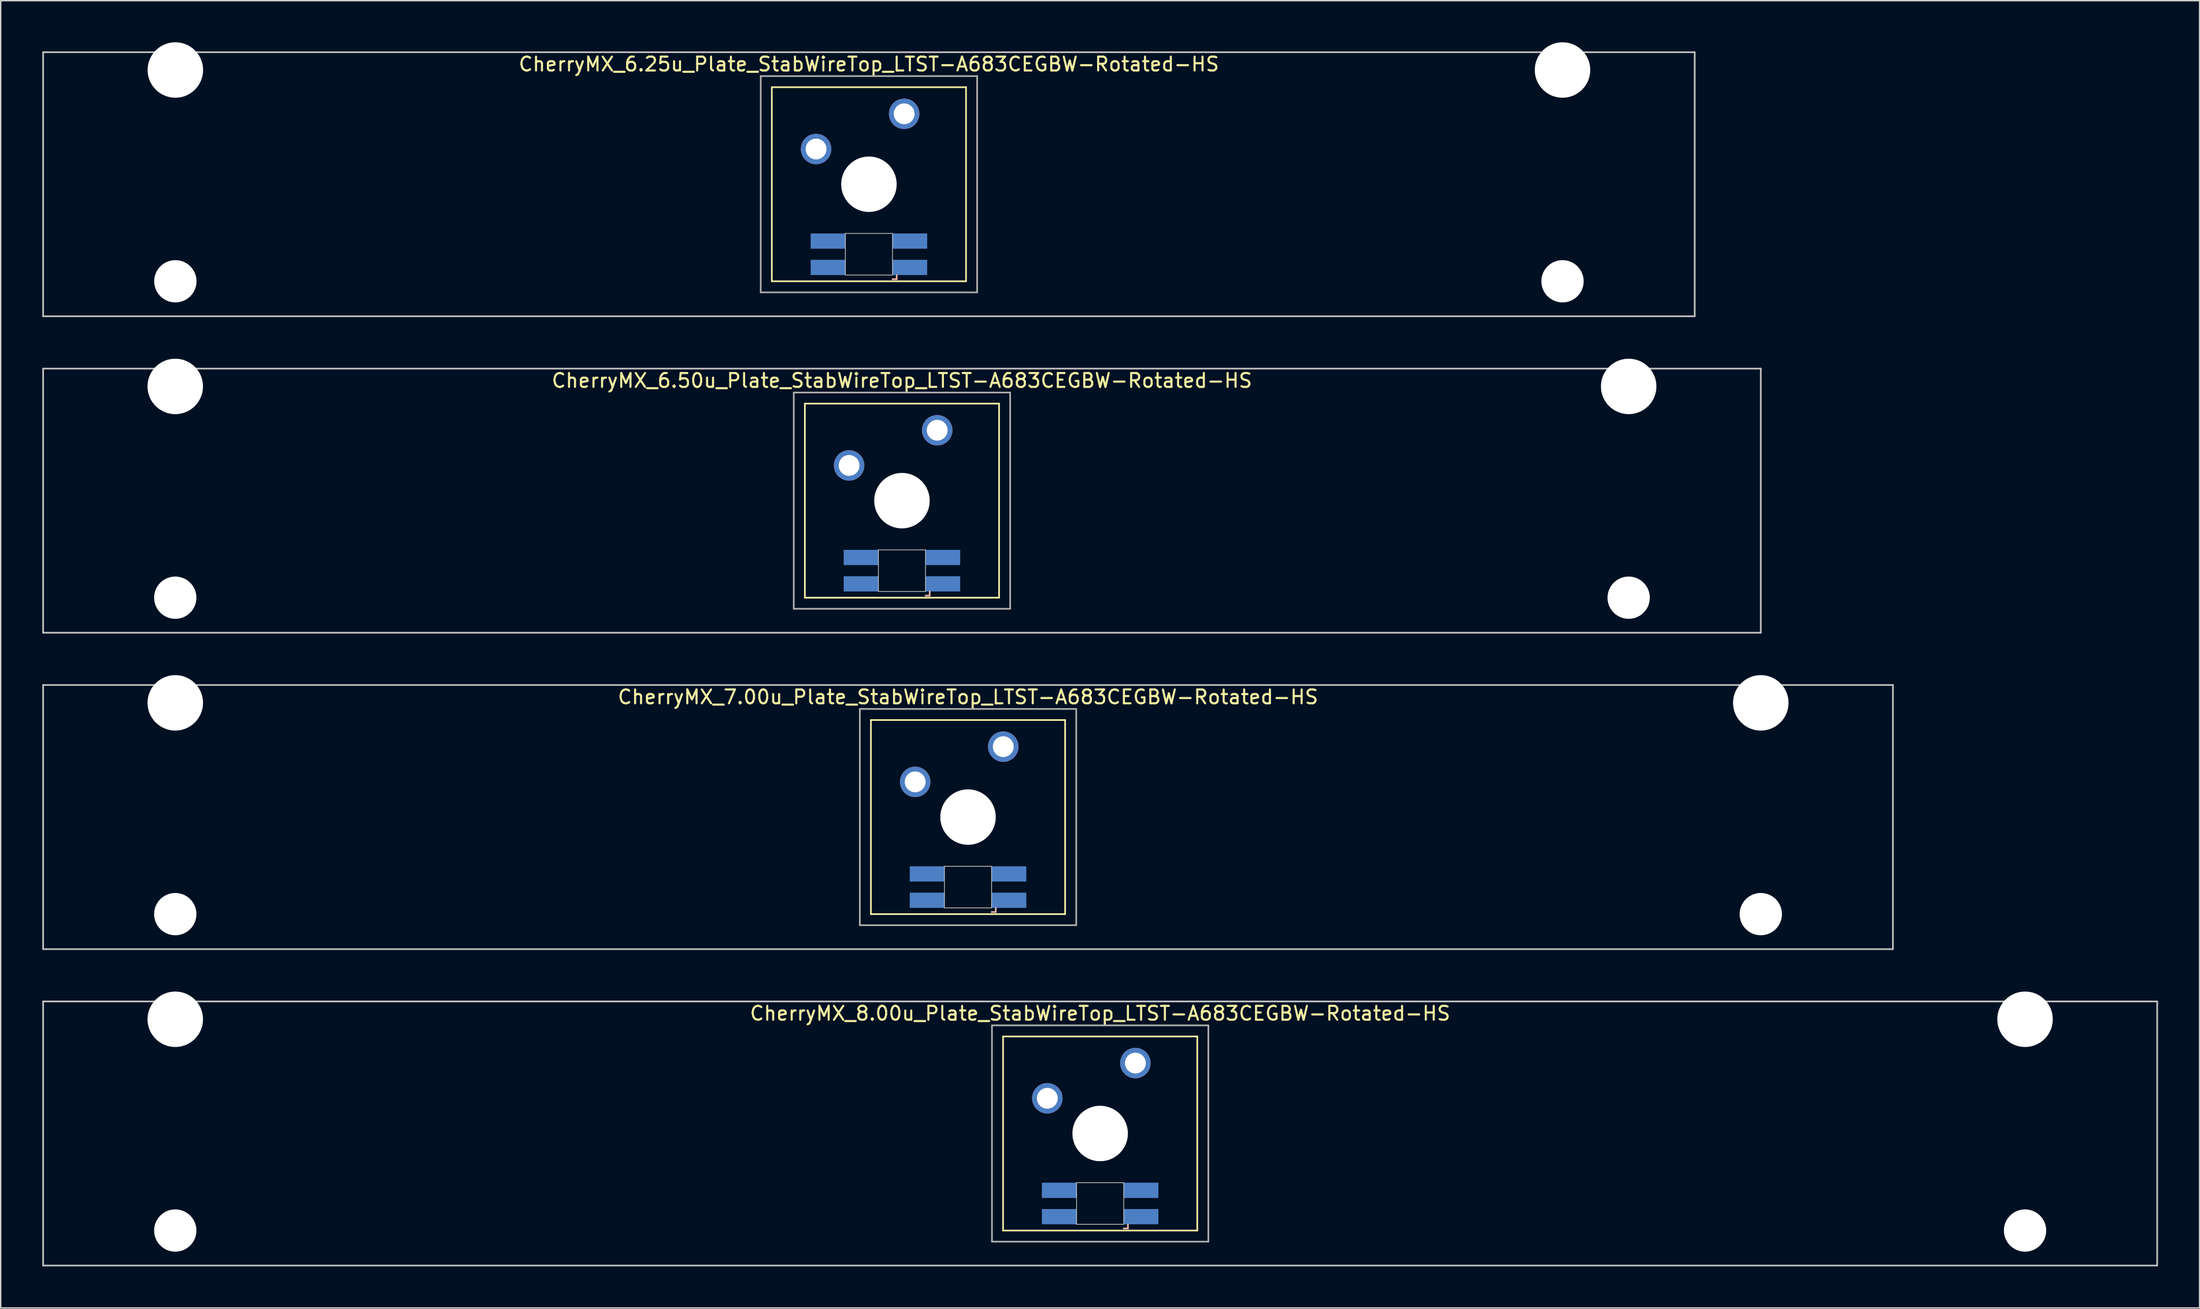
<source format=kicad_pcb>
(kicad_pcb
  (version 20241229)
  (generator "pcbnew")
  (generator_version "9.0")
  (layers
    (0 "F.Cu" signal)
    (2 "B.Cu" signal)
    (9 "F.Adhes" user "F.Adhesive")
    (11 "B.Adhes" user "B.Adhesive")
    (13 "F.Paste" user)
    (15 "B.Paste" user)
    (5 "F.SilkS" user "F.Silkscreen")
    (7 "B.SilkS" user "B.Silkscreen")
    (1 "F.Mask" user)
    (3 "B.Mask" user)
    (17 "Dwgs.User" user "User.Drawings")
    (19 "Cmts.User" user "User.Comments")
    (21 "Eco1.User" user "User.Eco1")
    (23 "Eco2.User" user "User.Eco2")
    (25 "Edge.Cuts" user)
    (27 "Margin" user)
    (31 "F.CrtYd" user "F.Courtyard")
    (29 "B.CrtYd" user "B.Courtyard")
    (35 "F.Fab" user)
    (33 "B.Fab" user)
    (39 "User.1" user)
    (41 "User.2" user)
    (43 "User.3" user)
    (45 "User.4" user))
  (footprint "CherryMX_6.25u_Plate_StabWireTop_LTST-A683CEGBW-Rotated-HS"
    (layer "F.Cu")
    (at 59.591 10.24)
    (property "Reference" "CherryMX_6.25u_Plate_StabWireTop_LTST-A683CEGBW-Rotated-HS" (at 0 -8.662 0) (layer "F.SilkS") (effects (font (size 1 1) (thickness 0.15))))
    (attr through_hole)
    (fp_line (start -7 -7) (end -7 7) (stroke (width 0.12) (type solid)) (layer "F.SilkS"))
    (fp_line (start -7 -7) (end 7 -7) (stroke (width 0.12) (type solid)) (layer "F.SilkS"))
    (fp_line (start 7 -7) (end 7 7) (stroke (width 0.12) (type solid)) (layer "F.SilkS"))
    (fp_line (start 7 7) (end -7 7) (stroke (width 0.12) (type solid)) (layer "F.SilkS"))
    (fp_line (start 1.7 6.85) (end 2 6.85) (stroke (width 0.12) (type solid)) (layer "B.SilkS"))
    (fp_line (start 2 6.85) (end 2 6.55) (stroke (width 0.12) (type solid)) (layer "B.SilkS"))
    (fp_line (start -59.531 -9.525) (end 59.531 -9.525) (stroke (width 0.12) (type solid)) (layer "Dwgs.User"))
    (fp_line (start -59.531 9.525) (end -59.531 -9.525) (stroke (width 0.12) (type solid)) (layer "Dwgs.User"))
    (fp_line (start 59.531 -9.525) (end 59.531 9.525) (stroke (width 0.12) (type solid)) (layer "Dwgs.User"))
    (fp_line (start 59.531 9.525) (end -59.531 9.525) (stroke (width 0.12) (type solid)) (layer "Dwgs.User"))
    (fp_line (start -1.7 3.55) (end 1.7 3.55) (stroke (width 0.05) (type solid)) (layer "Edge.Cuts"))
    (fp_line (start -1.7 6.55) (end -1.7 3.55) (stroke (width 0.05) (type solid)) (layer "Edge.Cuts"))
    (fp_line (start 1.7 3.55) (end 1.7 6.55) (stroke (width 0.05) (type solid)) (layer "Edge.Cuts"))
    (fp_line (start 1.7 6.55) (end -1.7 6.55) (stroke (width 0.05) (type solid)) (layer "Edge.Cuts"))
    (fp_line (start -7.8 -7.8) (end -7.8 7.8) (stroke (width 0.12) (type solid)) (layer "F.Fab"))
    (fp_line (start -7.8 -7.8) (end 7.8 -7.8) (stroke (width 0.12) (type solid)) (layer "F.Fab"))
    (fp_line (start -7.8 7.8) (end 7.8 7.8) (stroke (width 0.12) (type solid)) (layer "F.Fab"))
    (fp_line (start 7.8 -7.8) (end 7.8 7.8) (stroke (width 0.12) (type solid)) (layer "F.Fab"))
    (pad "" np_thru_hole circle (at -50 -8.24) (size 4 4) (drill 4) (layers "*.Cu" "*.Mask"))
    (pad "" np_thru_hole circle (at -50 7) (size 3.05 3.05) (drill 3.05) (layers "*.Cu" "*.Mask"))
    (pad "" np_thru_hole circle (at 0 0) (size 4 4) (drill 4) (layers "*.Cu" "*.Mask"))
    (pad "" np_thru_hole circle (at 50 -8.24) (size 4 4) (drill 4) (layers "*.Cu" "*.Mask"))
    (pad "" np_thru_hole circle (at 50 7) (size 3.05 3.05) (drill 3.05) (layers "*.Cu" "*.Mask"))
    (pad "1" thru_hole circle (at -3.81 -2.54) (size 2.2 2.2) (drill 1.5) (layers "*.Cu" "*.Mask"))
    (pad "2" thru_hole circle (at 2.54 -5.08) (size 2.2 2.2) (drill 1.5) (layers "*.Cu" "*.Mask"))
    (pad "3" smd rect (at 2.95 6) (size 2.5 1.1) (layers "B.Cu" "B.Mask" "B.Paste"))
    (pad "4" smd rect (at 2.95 4.1) (size 2.5 1.1) (layers "B.Cu" "B.Mask" "B.Paste"))
    (pad "5" smd rect (at -2.95 6) (size 2.5 1.1) (layers "B.Cu" "B.Mask" "B.Paste"))
    (pad "6" smd rect (at -2.95 4.1) (size 2.5 1.1) (layers "B.Cu" "B.Mask" "B.Paste")))
  (footprint "CherryMX_8.00u_Plate_StabWireTop_LTST-A683CEGBW-Rotated-HS"
    (layer "F.Cu")
    (at 76.26 78.715)
    (property "Reference" "CherryMX_8.00u_Plate_StabWireTop_LTST-A683CEGBW-Rotated-HS" (at 0 -8.662 0) (layer "F.SilkS") (effects (font (size 1 1) (thickness 0.15))))
    (attr through_hole)
    (fp_line (start -7 -7) (end -7 7) (stroke (width 0.12) (type solid)) (layer "F.SilkS"))
    (fp_line (start -7 -7) (end 7 -7) (stroke (width 0.12) (type solid)) (layer "F.SilkS"))
    (fp_line (start 7 -7) (end 7 7) (stroke (width 0.12) (type solid)) (layer "F.SilkS"))
    (fp_line (start 7 7) (end -7 7) (stroke (width 0.12) (type solid)) (layer "F.SilkS"))
    (fp_line (start 1.7 6.85) (end 2 6.85) (stroke (width 0.12) (type solid)) (layer "B.SilkS"))
    (fp_line (start 2 6.85) (end 2 6.55) (stroke (width 0.12) (type solid)) (layer "B.SilkS"))
    (fp_line (start -76.2 -9.525) (end 76.2 -9.525) (stroke (width 0.12) (type solid)) (layer "Dwgs.User"))
    (fp_line (start -76.2 9.525) (end -76.2 -9.525) (stroke (width 0.12) (type solid)) (layer "Dwgs.User"))
    (fp_line (start 76.2 -9.525) (end 76.2 9.525) (stroke (width 0.12) (type solid)) (layer "Dwgs.User"))
    (fp_line (start 76.2 9.525) (end -76.2 9.525) (stroke (width 0.12) (type solid)) (layer "Dwgs.User"))
    (fp_line (start -1.7 3.55) (end 1.7 3.55) (stroke (width 0.05) (type solid)) (layer "Edge.Cuts"))
    (fp_line (start -1.7 6.55) (end -1.7 3.55) (stroke (width 0.05) (type solid)) (layer "Edge.Cuts"))
    (fp_line (start 1.7 3.55) (end 1.7 6.55) (stroke (width 0.05) (type solid)) (layer "Edge.Cuts"))
    (fp_line (start 1.7 6.55) (end -1.7 6.55) (stroke (width 0.05) (type solid)) (layer "Edge.Cuts"))
    (fp_line (start -7.8 -7.8) (end -7.8 7.8) (stroke (width 0.12) (type solid)) (layer "F.Fab"))
    (fp_line (start -7.8 -7.8) (end 7.8 -7.8) (stroke (width 0.12) (type solid)) (layer "F.Fab"))
    (fp_line (start -7.8 7.8) (end 7.8 7.8) (stroke (width 0.12) (type solid)) (layer "F.Fab"))
    (fp_line (start 7.8 -7.8) (end 7.8 7.8) (stroke (width 0.12) (type solid)) (layer "F.Fab"))
    (pad "" np_thru_hole circle (at -66.675 -8.24) (size 4 4) (drill 4) (layers "*.Cu" "*.Mask"))
    (pad "" np_thru_hole circle (at -66.675 7) (size 3.05 3.05) (drill 3.05) (layers "*.Cu" "*.Mask"))
    (pad "" np_thru_hole circle (at 0 0) (size 4 4) (drill 4) (layers "*.Cu" "*.Mask"))
    (pad "" np_thru_hole circle (at 66.675 -8.24) (size 4 4) (drill 4) (layers "*.Cu" "*.Mask"))
    (pad "" np_thru_hole circle (at 66.675 7) (size 3.05 3.05) (drill 3.05) (layers "*.Cu" "*.Mask"))
    (pad "1" thru_hole circle (at -3.81 -2.54) (size 2.2 2.2) (drill 1.5) (layers "*.Cu" "*.Mask"))
    (pad "2" thru_hole circle (at 2.54 -5.08) (size 2.2 2.2) (drill 1.5) (layers "*.Cu" "*.Mask"))
    (pad "3" smd rect (at 2.95 6) (size 2.5 1.1) (layers "B.Cu" "B.Mask" "B.Paste"))
    (pad "4" smd rect (at 2.95 4.1) (size 2.5 1.1) (layers "B.Cu" "B.Mask" "B.Paste"))
    (pad "5" smd rect (at -2.95 6) (size 2.5 1.1) (layers "B.Cu" "B.Mask" "B.Paste"))
    (pad "6" smd rect (at -2.95 4.1) (size 2.5 1.1) (layers "B.Cu" "B.Mask" "B.Paste")))
  (footprint "CherryMX_6.50u_Plate_StabWireTop_LTST-A683CEGBW-Rotated-HS"
    (layer "F.Cu")
    (at 61.972 33.065)
    (property "Reference" "CherryMX_6.50u_Plate_StabWireTop_LTST-A683CEGBW-Rotated-HS" (at 0 -8.662 0) (layer "F.SilkS") (effects (font (size 1 1) (thickness 0.15))))
    (attr through_hole)
    (fp_line (start -7 -7) (end -7 7) (stroke (width 0.12) (type solid)) (layer "F.SilkS"))
    (fp_line (start -7 -7) (end 7 -7) (stroke (width 0.12) (type solid)) (layer "F.SilkS"))
    (fp_line (start 7 -7) (end 7 7) (stroke (width 0.12) (type solid)) (layer "F.SilkS"))
    (fp_line (start 7 7) (end -7 7) (stroke (width 0.12) (type solid)) (layer "F.SilkS"))
    (fp_line (start 1.7 6.85) (end 2 6.85) (stroke (width 0.12) (type solid)) (layer "B.SilkS"))
    (fp_line (start 2 6.85) (end 2 6.55) (stroke (width 0.12) (type solid)) (layer "B.SilkS"))
    (fp_line (start -61.913 -9.525) (end 61.913 -9.525) (stroke (width 0.12) (type solid)) (layer "Dwgs.User"))
    (fp_line (start -61.913 9.525) (end -61.913 -9.525) (stroke (width 0.12) (type solid)) (layer "Dwgs.User"))
    (fp_line (start 61.913 -9.525) (end 61.913 9.525) (stroke (width 0.12) (type solid)) (layer "Dwgs.User"))
    (fp_line (start 61.913 9.525) (end -61.913 9.525) (stroke (width 0.12) (type solid)) (layer "Dwgs.User"))
    (fp_line (start -1.7 3.55) (end 1.7 3.55) (stroke (width 0.05) (type solid)) (layer "Edge.Cuts"))
    (fp_line (start -1.7 6.55) (end -1.7 3.55) (stroke (width 0.05) (type solid)) (layer "Edge.Cuts"))
    (fp_line (start 1.7 3.55) (end 1.7 6.55) (stroke (width 0.05) (type solid)) (layer "Edge.Cuts"))
    (fp_line (start 1.7 6.55) (end -1.7 6.55) (stroke (width 0.05) (type solid)) (layer "Edge.Cuts"))
    (fp_line (start -7.8 -7.8) (end -7.8 7.8) (stroke (width 0.12) (type solid)) (layer "F.Fab"))
    (fp_line (start -7.8 -7.8) (end 7.8 -7.8) (stroke (width 0.12) (type solid)) (layer "F.Fab"))
    (fp_line (start -7.8 7.8) (end 7.8 7.8) (stroke (width 0.12) (type solid)) (layer "F.Fab"))
    (fp_line (start 7.8 -7.8) (end 7.8 7.8) (stroke (width 0.12) (type solid)) (layer "F.Fab"))
    (pad "" np_thru_hole circle (at -52.388 -8.24) (size 4 4) (drill 4) (layers "*.Cu" "*.Mask"))
    (pad "" np_thru_hole circle (at -52.388 7) (size 3.05 3.05) (drill 3.05) (layers "*.Cu" "*.Mask"))
    (pad "" np_thru_hole circle (at 0 0) (size 4 4) (drill 4) (layers "*.Cu" "*.Mask"))
    (pad "" np_thru_hole circle (at 52.388 -8.24) (size 4 4) (drill 4) (layers "*.Cu" "*.Mask"))
    (pad "" np_thru_hole circle (at 52.388 7) (size 3.05 3.05) (drill 3.05) (layers "*.Cu" "*.Mask"))
    (pad "1" thru_hole circle (at -3.81 -2.54) (size 2.2 2.2) (drill 1.5) (layers "*.Cu" "*.Mask"))
    (pad "2" thru_hole circle (at 2.54 -5.08) (size 2.2 2.2) (drill 1.5) (layers "*.Cu" "*.Mask"))
    (pad "3" smd rect (at 2.95 6) (size 2.5 1.1) (layers "B.Cu" "B.Mask" "B.Paste"))
    (pad "4" smd rect (at 2.95 4.1) (size 2.5 1.1) (layers "B.Cu" "B.Mask" "B.Paste"))
    (pad "5" smd rect (at -2.95 6) (size 2.5 1.1) (layers "B.Cu" "B.Mask" "B.Paste"))
    (pad "6" smd rect (at -2.95 4.1) (size 2.5 1.1) (layers "B.Cu" "B.Mask" "B.Paste")))
  (footprint "CherryMX_7.00u_Plate_StabWireTop_LTST-A683CEGBW-Rotated-HS"
    (layer "F.Cu")
    (at 66.735 55.89)
    (property "Reference" "CherryMX_7.00u_Plate_StabWireTop_LTST-A683CEGBW-Rotated-HS" (at 0 -8.662 0) (layer "F.SilkS") (effects (font (size 1 1) (thickness 0.15))))
    (attr through_hole)
    (fp_line (start -7 -7) (end -7 7) (stroke (width 0.12) (type solid)) (layer "F.SilkS"))
    (fp_line (start -7 -7) (end 7 -7) (stroke (width 0.12) (type solid)) (layer "F.SilkS"))
    (fp_line (start 7 -7) (end 7 7) (stroke (width 0.12) (type solid)) (layer "F.SilkS"))
    (fp_line (start 7 7) (end -7 7) (stroke (width 0.12) (type solid)) (layer "F.SilkS"))
    (fp_line (start 1.7 6.85) (end 2 6.85) (stroke (width 0.12) (type solid)) (layer "B.SilkS"))
    (fp_line (start 2 6.85) (end 2 6.55) (stroke (width 0.12) (type solid)) (layer "B.SilkS"))
    (fp_line (start -66.675 -9.525) (end 66.675 -9.525) (stroke (width 0.12) (type solid)) (layer "Dwgs.User"))
    (fp_line (start -66.675 9.525) (end -66.675 -9.525) (stroke (width 0.12) (type solid)) (layer "Dwgs.User"))
    (fp_line (start 66.675 -9.525) (end 66.675 9.525) (stroke (width 0.12) (type solid)) (layer "Dwgs.User"))
    (fp_line (start 66.675 9.525) (end -66.675 9.525) (stroke (width 0.12) (type solid)) (layer "Dwgs.User"))
    (fp_line (start -1.7 3.55) (end 1.7 3.55) (stroke (width 0.05) (type solid)) (layer "Edge.Cuts"))
    (fp_line (start -1.7 6.55) (end -1.7 3.55) (stroke (width 0.05) (type solid)) (layer "Edge.Cuts"))
    (fp_line (start 1.7 3.55) (end 1.7 6.55) (stroke (width 0.05) (type solid)) (layer "Edge.Cuts"))
    (fp_line (start 1.7 6.55) (end -1.7 6.55) (stroke (width 0.05) (type solid)) (layer "Edge.Cuts"))
    (fp_line (start -7.8 -7.8) (end -7.8 7.8) (stroke (width 0.12) (type solid)) (layer "F.Fab"))
    (fp_line (start -7.8 -7.8) (end 7.8 -7.8) (stroke (width 0.12) (type solid)) (layer "F.Fab"))
    (fp_line (start -7.8 7.8) (end 7.8 7.8) (stroke (width 0.12) (type solid)) (layer "F.Fab"))
    (fp_line (start 7.8 -7.8) (end 7.8 7.8) (stroke (width 0.12) (type solid)) (layer "F.Fab"))
    (pad "" np_thru_hole circle (at -57.15 -8.24) (size 4 4) (drill 4) (layers "*.Cu" "*.Mask"))
    (pad "" np_thru_hole circle (at -57.15 7) (size 3.05 3.05) (drill 3.05) (layers "*.Cu" "*.Mask"))
    (pad "" np_thru_hole circle (at 0 0) (size 4 4) (drill 4) (layers "*.Cu" "*.Mask"))
    (pad "" np_thru_hole circle (at 57.15 -8.24) (size 4 4) (drill 4) (layers "*.Cu" "*.Mask"))
    (pad "" np_thru_hole circle (at 57.15 7) (size 3.05 3.05) (drill 3.05) (layers "*.Cu" "*.Mask"))
    (pad "1" thru_hole circle (at -3.81 -2.54) (size 2.2 2.2) (drill 1.5) (layers "*.Cu" "*.Mask"))
    (pad "2" thru_hole circle (at 2.54 -5.08) (size 2.2 2.2) (drill 1.5) (layers "*.Cu" "*.Mask"))
    (pad "3" smd rect (at 2.95 6) (size 2.5 1.1) (layers "B.Cu" "B.Mask" "B.Paste"))
    (pad "4" smd rect (at 2.95 4.1) (size 2.5 1.1) (layers "B.Cu" "B.Mask" "B.Paste"))
    (pad "5" smd rect (at -2.95 6) (size 2.5 1.1) (layers "B.Cu" "B.Mask" "B.Paste"))
    (pad "6" smd rect (at -2.95 4.1) (size 2.5 1.1) (layers "B.Cu" "B.Mask" "B.Paste")))
  (gr_rect
    (start -3 -3)
    (end 155.52 91.3)
    (stroke (width 0.1) (type default))
    (fill no)
    (layer "Edge.Cuts")))
</source>
